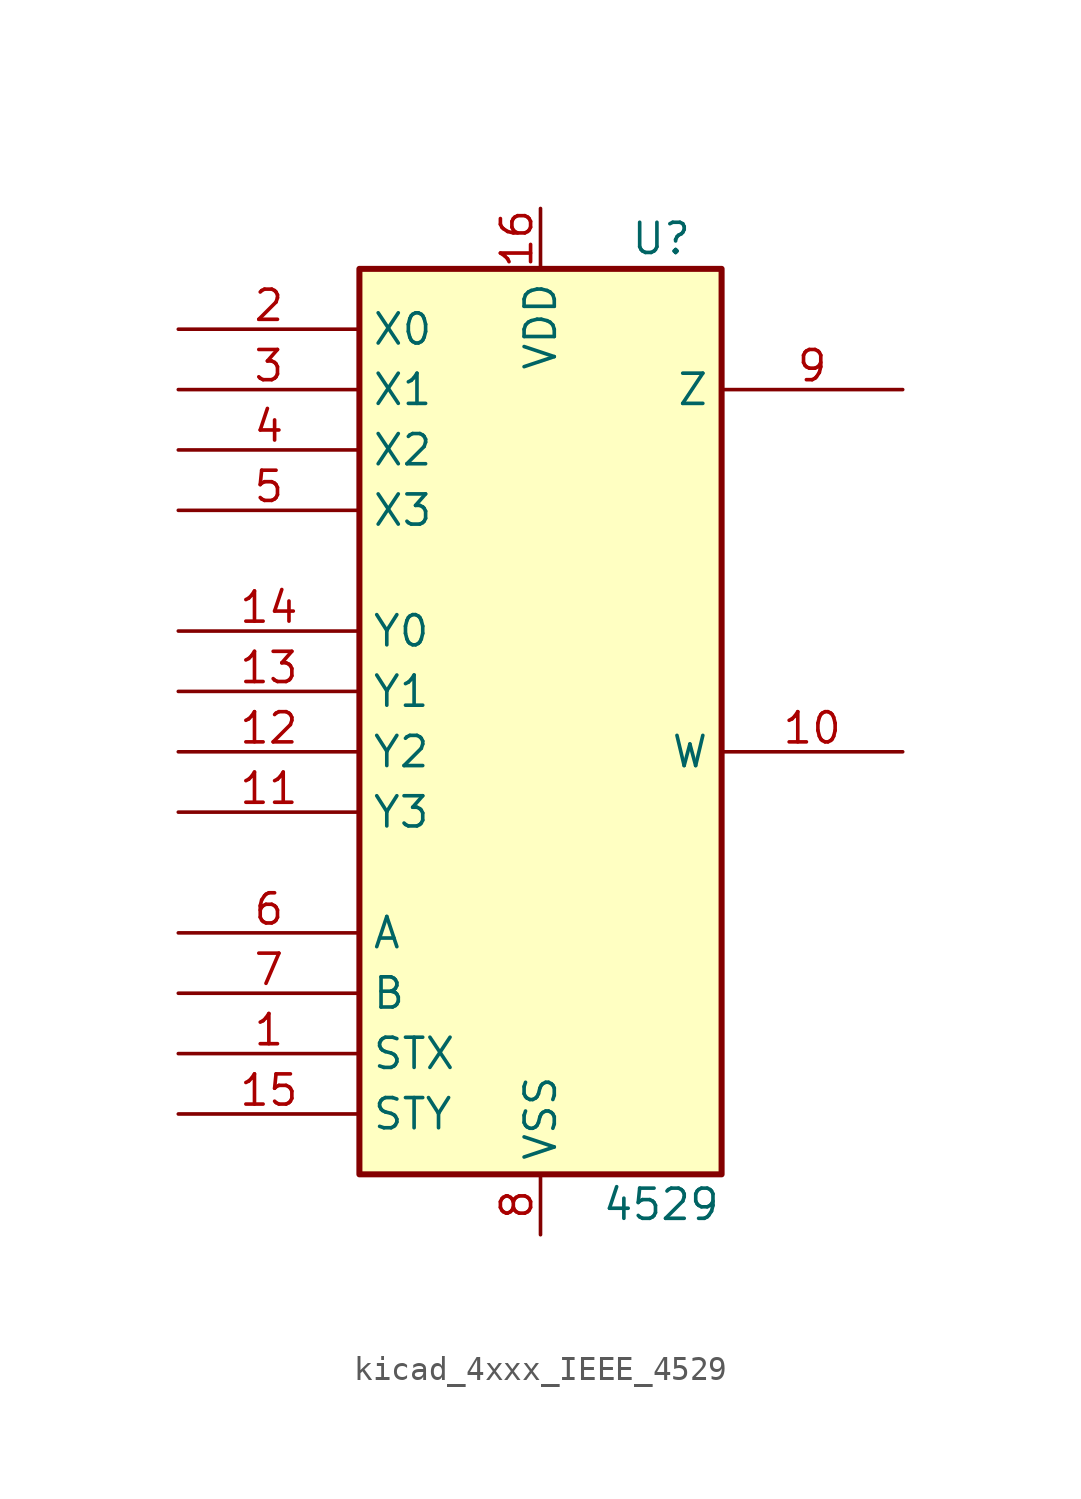
<source format=kicad_sym>
(kicad_symbol_lib
  (version 20220914)
  (generator kicad_symbol_editor)
  (symbol "kicad_4xxx_IEEE_4529"
    (property "Reference" "U"
      (at 5.08 21.59 0)
      (effects (font (size 1.27 1.27))))
    (property "Value" "4529"
      (at 5.08 -19.05 0)
      (effects (font (size 1.27 1.27))))
    (symbol "kicad_4xxx_IEEE_4529_0_1"
      (rectangle (start -7.62 20.32) (end 7.62 -17.78) (stroke (width 0.254) (type default)) (fill (type background))))
    (symbol "kicad_4xxx_IEEE_4529_1_1"
      (pin input line (at -15.24 -12.7 0) (length 7.62) (name "STX" (effects (font (size 1.27 1.27)))) (number "1" (effects (font (size 1.27 1.27)))))
      (pin tri_state line (at 15.24 0 180) (length 7.62) (name "W" (effects (font (size 1.27 1.27)))) (number "10" (effects (font (size 1.27 1.27)))))
      (pin input line (at -15.24 -2.54 0) (length 7.62) (name "Y3" (effects (font (size 1.27 1.27)))) (number "11" (effects (font (size 1.27 1.27)))))
      (pin input line (at -15.24 0 0) (length 7.62) (name "Y2" (effects (font (size 1.27 1.27)))) (number "12" (effects (font (size 1.27 1.27)))))
      (pin input line (at -15.24 2.54 0) (length 7.62) (name "Y1" (effects (font (size 1.27 1.27)))) (number "13" (effects (font (size 1.27 1.27)))))
      (pin input line (at -15.24 5.08 0) (length 7.62) (name "Y0" (effects (font (size 1.27 1.27)))) (number "14" (effects (font (size 1.27 1.27)))))
      (pin input line (at -15.24 -15.24 0) (length 7.62) (name "STY" (effects (font (size 1.27 1.27)))) (number "15" (effects (font (size 1.27 1.27)))))
      (pin power_in line (at 0 22.86 270) (length 2.54) (name "VDD" (effects (font (size 1.27 1.27)))) (number "16" (effects (font (size 1.27 1.27)))))
      (pin input line (at -15.24 17.78 0) (length 7.62) (name "X0" (effects (font (size 1.27 1.27)))) (number "2" (effects (font (size 1.27 1.27)))))
      (pin input line (at -15.24 15.24 0) (length 7.62) (name "X1" (effects (font (size 1.27 1.27)))) (number "3" (effects (font (size 1.27 1.27)))))
      (pin input line (at -15.24 12.7 0) (length 7.62) (name "X2" (effects (font (size 1.27 1.27)))) (number "4" (effects (font (size 1.27 1.27)))))
      (pin input line (at -15.24 10.16 0) (length 7.62) (name "X3" (effects (font (size 1.27 1.27)))) (number "5" (effects (font (size 1.27 1.27)))))
      (pin input line (at -15.24 -7.62 0) (length 7.62) (name "A" (effects (font (size 1.27 1.27)))) (number "6" (effects (font (size 1.27 1.27)))))
      (pin input line (at -15.24 -10.16 0) (length 7.62) (name "B" (effects (font (size 1.27 1.27)))) (number "7" (effects (font (size 1.27 1.27)))))
      (pin power_in line (at 0 -20.32 90) (length 2.54) (name "VSS" (effects (font (size 1.27 1.27)))) (number "8" (effects (font (size 1.27 1.27)))))
      (pin tri_state line (at 15.24 15.24 180) (length 7.62) (name "Z" (effects (font (size 1.27 1.27)))) (number "9" (effects (font (size 1.27 1.27))))))))
</source>
